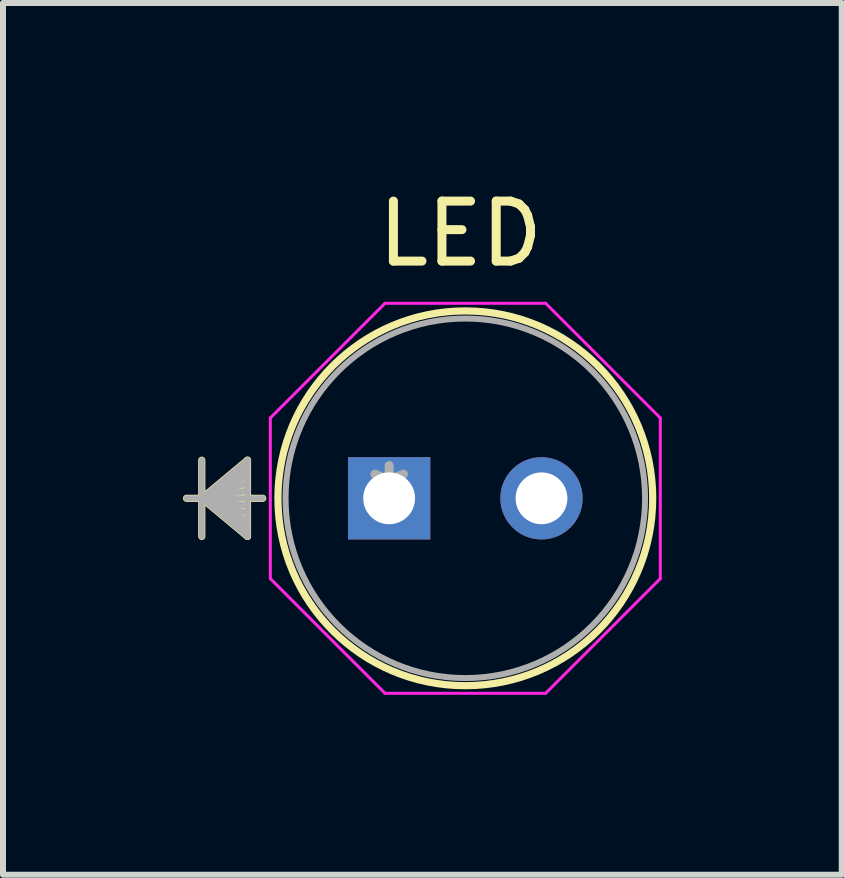
<source format=kicad_pcb>
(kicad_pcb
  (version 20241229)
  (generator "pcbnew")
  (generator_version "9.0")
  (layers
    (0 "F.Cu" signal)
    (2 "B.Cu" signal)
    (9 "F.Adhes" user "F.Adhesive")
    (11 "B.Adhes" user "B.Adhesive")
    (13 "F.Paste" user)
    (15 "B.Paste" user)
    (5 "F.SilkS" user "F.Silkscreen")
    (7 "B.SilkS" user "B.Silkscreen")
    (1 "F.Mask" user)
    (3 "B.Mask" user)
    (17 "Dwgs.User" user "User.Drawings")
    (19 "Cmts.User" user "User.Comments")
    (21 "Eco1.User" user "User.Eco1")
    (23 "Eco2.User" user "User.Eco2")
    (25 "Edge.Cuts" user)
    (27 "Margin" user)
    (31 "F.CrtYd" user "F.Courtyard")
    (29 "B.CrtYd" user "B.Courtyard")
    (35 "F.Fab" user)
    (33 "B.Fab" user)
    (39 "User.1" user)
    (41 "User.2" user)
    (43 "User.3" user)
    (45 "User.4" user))
  (footprint "LED"
    (layer "F.Cu")
    (at 3.438 5.258)
    (property "Reference" "LED" (at 1.19 -4.41 0) (layer "F.SilkS") (effects (font (size 1 1) (thickness 0.15))))
    (attr through_hole)
    (fp_line (start -3.124 -0.635) (end -3.124 0.635) (stroke (width 0.12) (type solid)) (layer "F.SilkS"))
    (fp_line (start -3.124 0) (end -2.362 -0.635) (stroke (width 0.12) (type solid)) (layer "F.SilkS"))
    (fp_line (start -3.124 0) (end -2.362 -0.508) (stroke (width 0.12) (type solid)) (layer "F.SilkS"))
    (fp_line (start -3.124 0) (end -2.362 -0.381) (stroke (width 0.12) (type solid)) (layer "F.SilkS"))
    (fp_line (start -3.124 0) (end -2.362 -0.254) (stroke (width 0.12) (type solid)) (layer "F.SilkS"))
    (fp_line (start -3.124 0) (end -2.362 -0.127) (stroke (width 0.12) (type solid)) (layer "F.SilkS"))
    (fp_line (start -3.124 0) (end -2.362 0.127) (stroke (width 0.12) (type solid)) (layer "F.SilkS"))
    (fp_line (start -3.124 0) (end -2.362 0.254) (stroke (width 0.12) (type solid)) (layer "F.SilkS"))
    (fp_line (start -3.124 0) (end -2.362 0.381) (stroke (width 0.12) (type solid)) (layer "F.SilkS"))
    (fp_line (start -3.124 0) (end -2.362 0.508) (stroke (width 0.12) (type solid)) (layer "F.SilkS"))
    (fp_line (start -3.124 0) (end -2.362 0.635) (stroke (width 0.12) (type solid)) (layer "F.SilkS"))
    (fp_line (start -2.362 -0.635) (end -2.362 0.635) (stroke (width 0.12) (type solid)) (layer "F.SilkS"))
    (fp_line (start -2.108 0) (end -3.378 0) (stroke (width 0.12) (type solid)) (layer "F.SilkS"))
    (fp_circle (center 1.27 0) (end 4.394 0) (stroke (width 0.12) (type solid)) (fill no) (layer "F.SilkS"))
    (fp_line (start -1.981 -1.339) (end -0.069 -3.251) (stroke (width 0.05) (type solid)) (layer "F.CrtYd"))
    (fp_line (start -1.981 1.339) (end -1.981 -1.339) (stroke (width 0.05) (type solid)) (layer "F.CrtYd"))
    (fp_line (start -0.069 -3.251) (end 2.609 -3.251) (stroke (width 0.05) (type solid)) (layer "F.CrtYd"))
    (fp_line (start -0.069 3.251) (end -1.981 1.339) (stroke (width 0.05) (type solid)) (layer "F.CrtYd"))
    (fp_line (start 2.609 -3.251) (end 4.521 -1.339) (stroke (width 0.05) (type solid)) (layer "F.CrtYd"))
    (fp_line (start 2.609 3.251) (end -0.069 3.251) (stroke (width 0.05) (type solid)) (layer "F.CrtYd"))
    (fp_line (start 4.521 -1.339) (end 4.521 1.339) (stroke (width 0.05) (type solid)) (layer "F.CrtYd"))
    (fp_line (start 4.521 1.339) (end 2.609 3.251) (stroke (width 0.05) (type solid)) (layer "F.CrtYd"))
    (fp_line (start -3.124 -0.635) (end -3.124 0.635) (stroke (width 0.1) (type solid)) (layer "F.Fab"))
    (fp_line (start -3.124 0) (end -2.362 -0.635) (stroke (width 0.1) (type solid)) (layer "F.Fab"))
    (fp_line (start -3.124 0) (end -2.362 -0.508) (stroke (width 0.1) (type solid)) (layer "F.Fab"))
    (fp_line (start -3.124 0) (end -2.362 -0.381) (stroke (width 0.1) (type solid)) (layer "F.Fab"))
    (fp_line (start -3.124 0) (end -2.362 -0.254) (stroke (width 0.1) (type solid)) (layer "F.Fab"))
    (fp_line (start -3.124 0) (end -2.362 -0.127) (stroke (width 0.1) (type solid)) (layer "F.Fab"))
    (fp_line (start -3.124 0) (end -2.362 0.127) (stroke (width 0.1) (type solid)) (layer "F.Fab"))
    (fp_line (start -3.124 0) (end -2.362 0.254) (stroke (width 0.1) (type solid)) (layer "F.Fab"))
    (fp_line (start -3.124 0) (end -2.362 0.381) (stroke (width 0.1) (type solid)) (layer "F.Fab"))
    (fp_line (start -3.124 0) (end -2.362 0.508) (stroke (width 0.1) (type solid)) (layer "F.Fab"))
    (fp_line (start -3.124 0) (end -2.362 0.635) (stroke (width 0.1) (type solid)) (layer "F.Fab"))
    (fp_line (start -2.362 -0.635) (end -2.362 0.635) (stroke (width 0.1) (type solid)) (layer "F.Fab"))
    (fp_line (start -2.108 0) (end -3.378 0) (stroke (width 0.1) (type solid)) (layer "F.Fab"))
    (fp_circle (center 1.27 0) (end 4.267 0) (stroke (width 0.1) (type solid)) (fill no) (layer "F.Fab"))
    (fp_text user "*" (at 0 0 0) (layer "F.Fab") (effects (font (size 1 1) (thickness 0.15))))
    (pad "1" thru_hole rect (at 0 0) (size 1.372 1.372) (drill 0.864) (layers "*.Cu" "*.Mask"))
    (pad "2" thru_hole circle (at 2.54 0) (size 1.372 1.372) (drill 0.864) (layers "*.Cu" "*.Mask")))
  (gr_rect
    (start -3 -3)
    (end 10.984 11.534)
    (stroke (width 0.1) (type default))
    (fill no)
    (layer "Edge.Cuts")))
</source>
